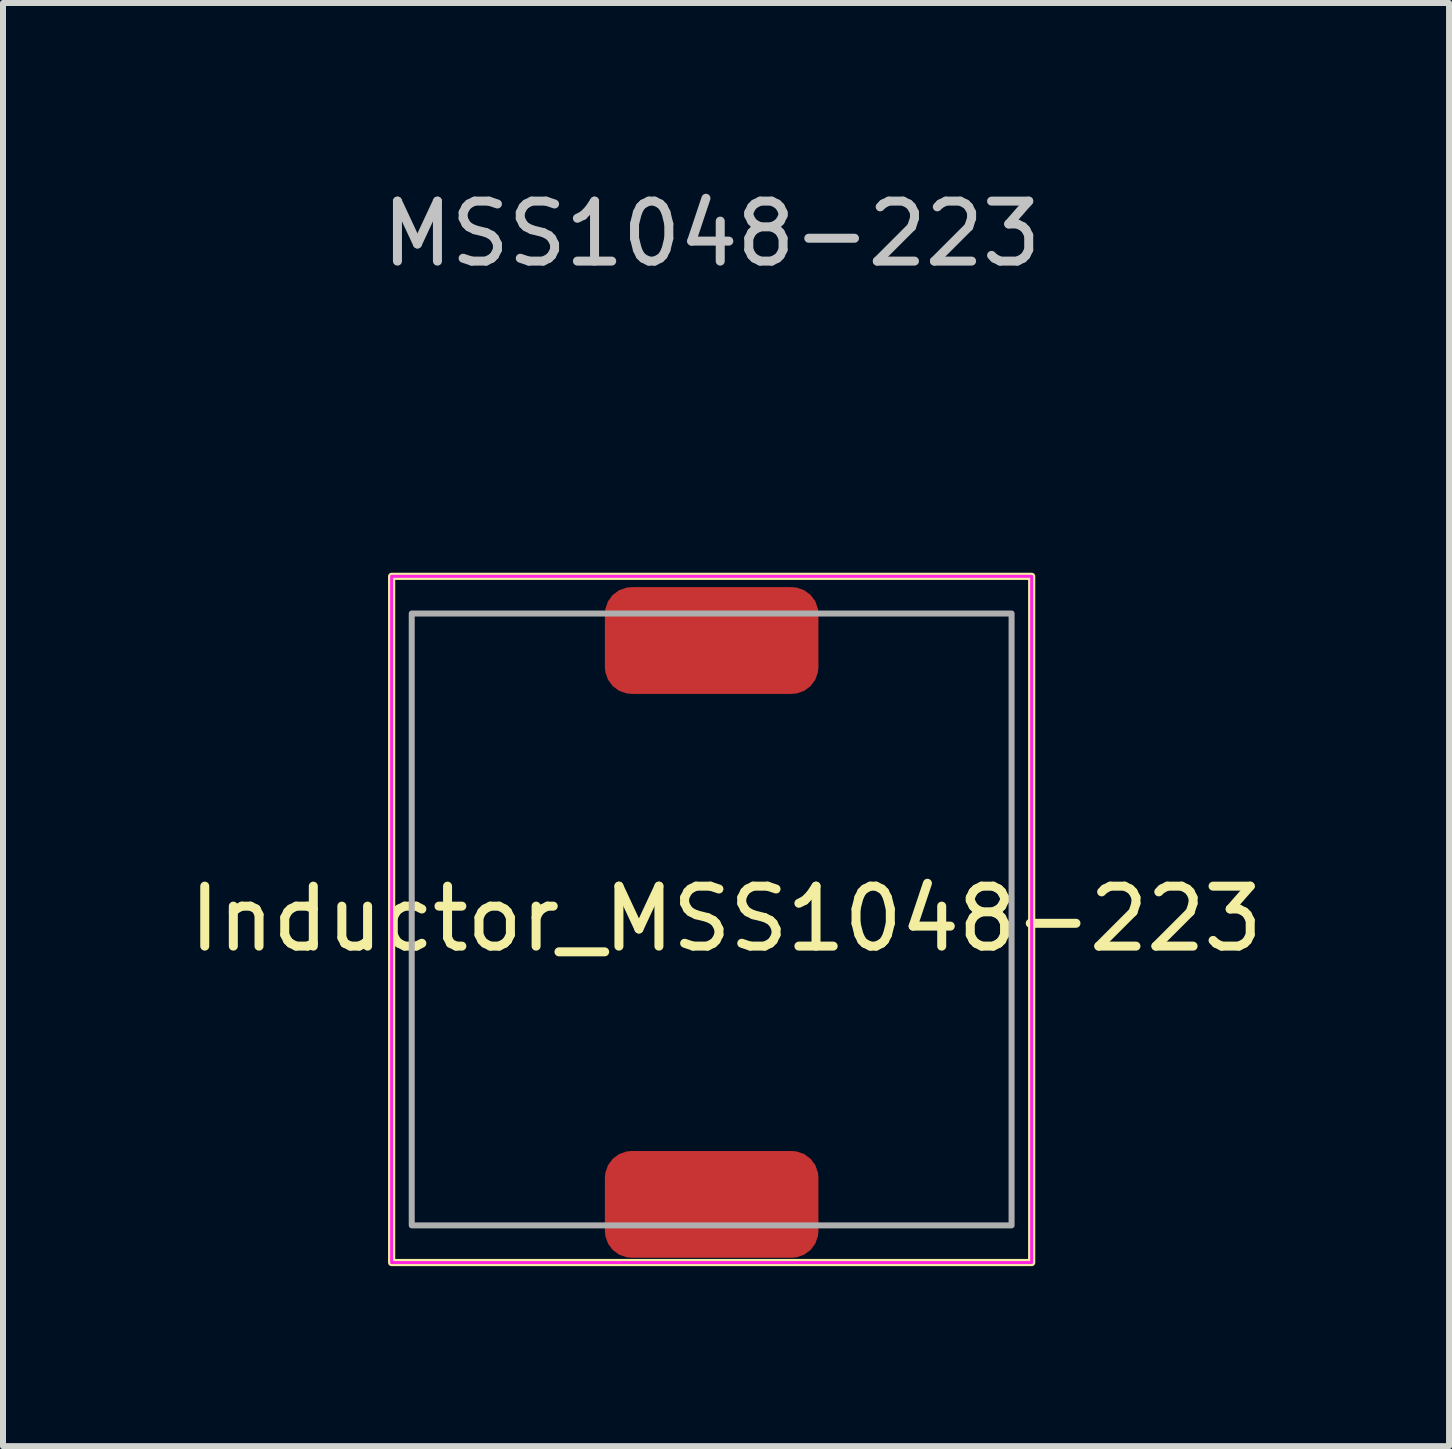
<source format=kicad_pcb>
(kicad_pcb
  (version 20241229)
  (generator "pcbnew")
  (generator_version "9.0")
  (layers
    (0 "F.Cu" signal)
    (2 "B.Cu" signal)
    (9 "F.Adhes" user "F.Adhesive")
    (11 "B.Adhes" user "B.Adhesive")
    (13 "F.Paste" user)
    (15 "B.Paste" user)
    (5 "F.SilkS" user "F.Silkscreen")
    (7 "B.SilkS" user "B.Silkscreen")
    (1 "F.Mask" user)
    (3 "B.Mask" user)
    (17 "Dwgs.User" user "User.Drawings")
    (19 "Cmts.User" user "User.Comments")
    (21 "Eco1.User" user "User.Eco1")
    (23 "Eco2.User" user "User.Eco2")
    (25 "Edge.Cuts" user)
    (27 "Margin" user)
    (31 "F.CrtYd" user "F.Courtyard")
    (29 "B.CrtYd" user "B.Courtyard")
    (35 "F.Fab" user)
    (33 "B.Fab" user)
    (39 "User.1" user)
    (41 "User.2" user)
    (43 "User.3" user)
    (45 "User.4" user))
  (footprint "Inductor_MSS1048-223"
    (layer "F.Cu")
    (at 8.814 12.278)
    (property "Reference" "Inductor_MSS1048-223" (at 0.24 -0.01 0) (unlocked yes) (layer "F.SilkS") (effects (font (size 1 1) (thickness 0.15))))
    (attr smd)
    (fp_rect (start -5.335 -5.72) (end 5.335 5.72) (stroke (width 0.12) (type solid)) (fill no) (layer "F.SilkS"))
    (fp_rect (start -5.335 5.72) (end 5.335 -5.72) (stroke (width 0.05) (type solid)) (fill no) (layer "F.CrtYd"))
    (fp_rect (start -5 5.1) (end 5 -5.1) (stroke (width 0.1) (type solid)) (fill no) (layer "F.Fab"))
    (fp_text user "MSS1048-223" (at 0 -11.43 0) (unlocked yes) (layer "Dwgs.User") (effects (font (size 1 1) (thickness 0.15))))
    (pad "1" smd roundrect (at 0 4.75) (size 3.56 1.78) (layers "F.Cu" "F.Mask" "F.Paste") (roundrect_rratio 0.25))
    (pad "2" smd roundrect (at 0 -4.65) (size 3.56 1.78) (layers "F.Cu" "F.Mask" "F.Paste") (roundrect_rratio 0.25)))
  (gr_rect
    (start -3 -3)
    (end 21.107 21.058)
    (stroke (width 0.1) (type default))
    (fill no)
    (layer "Edge.Cuts")))
</source>
